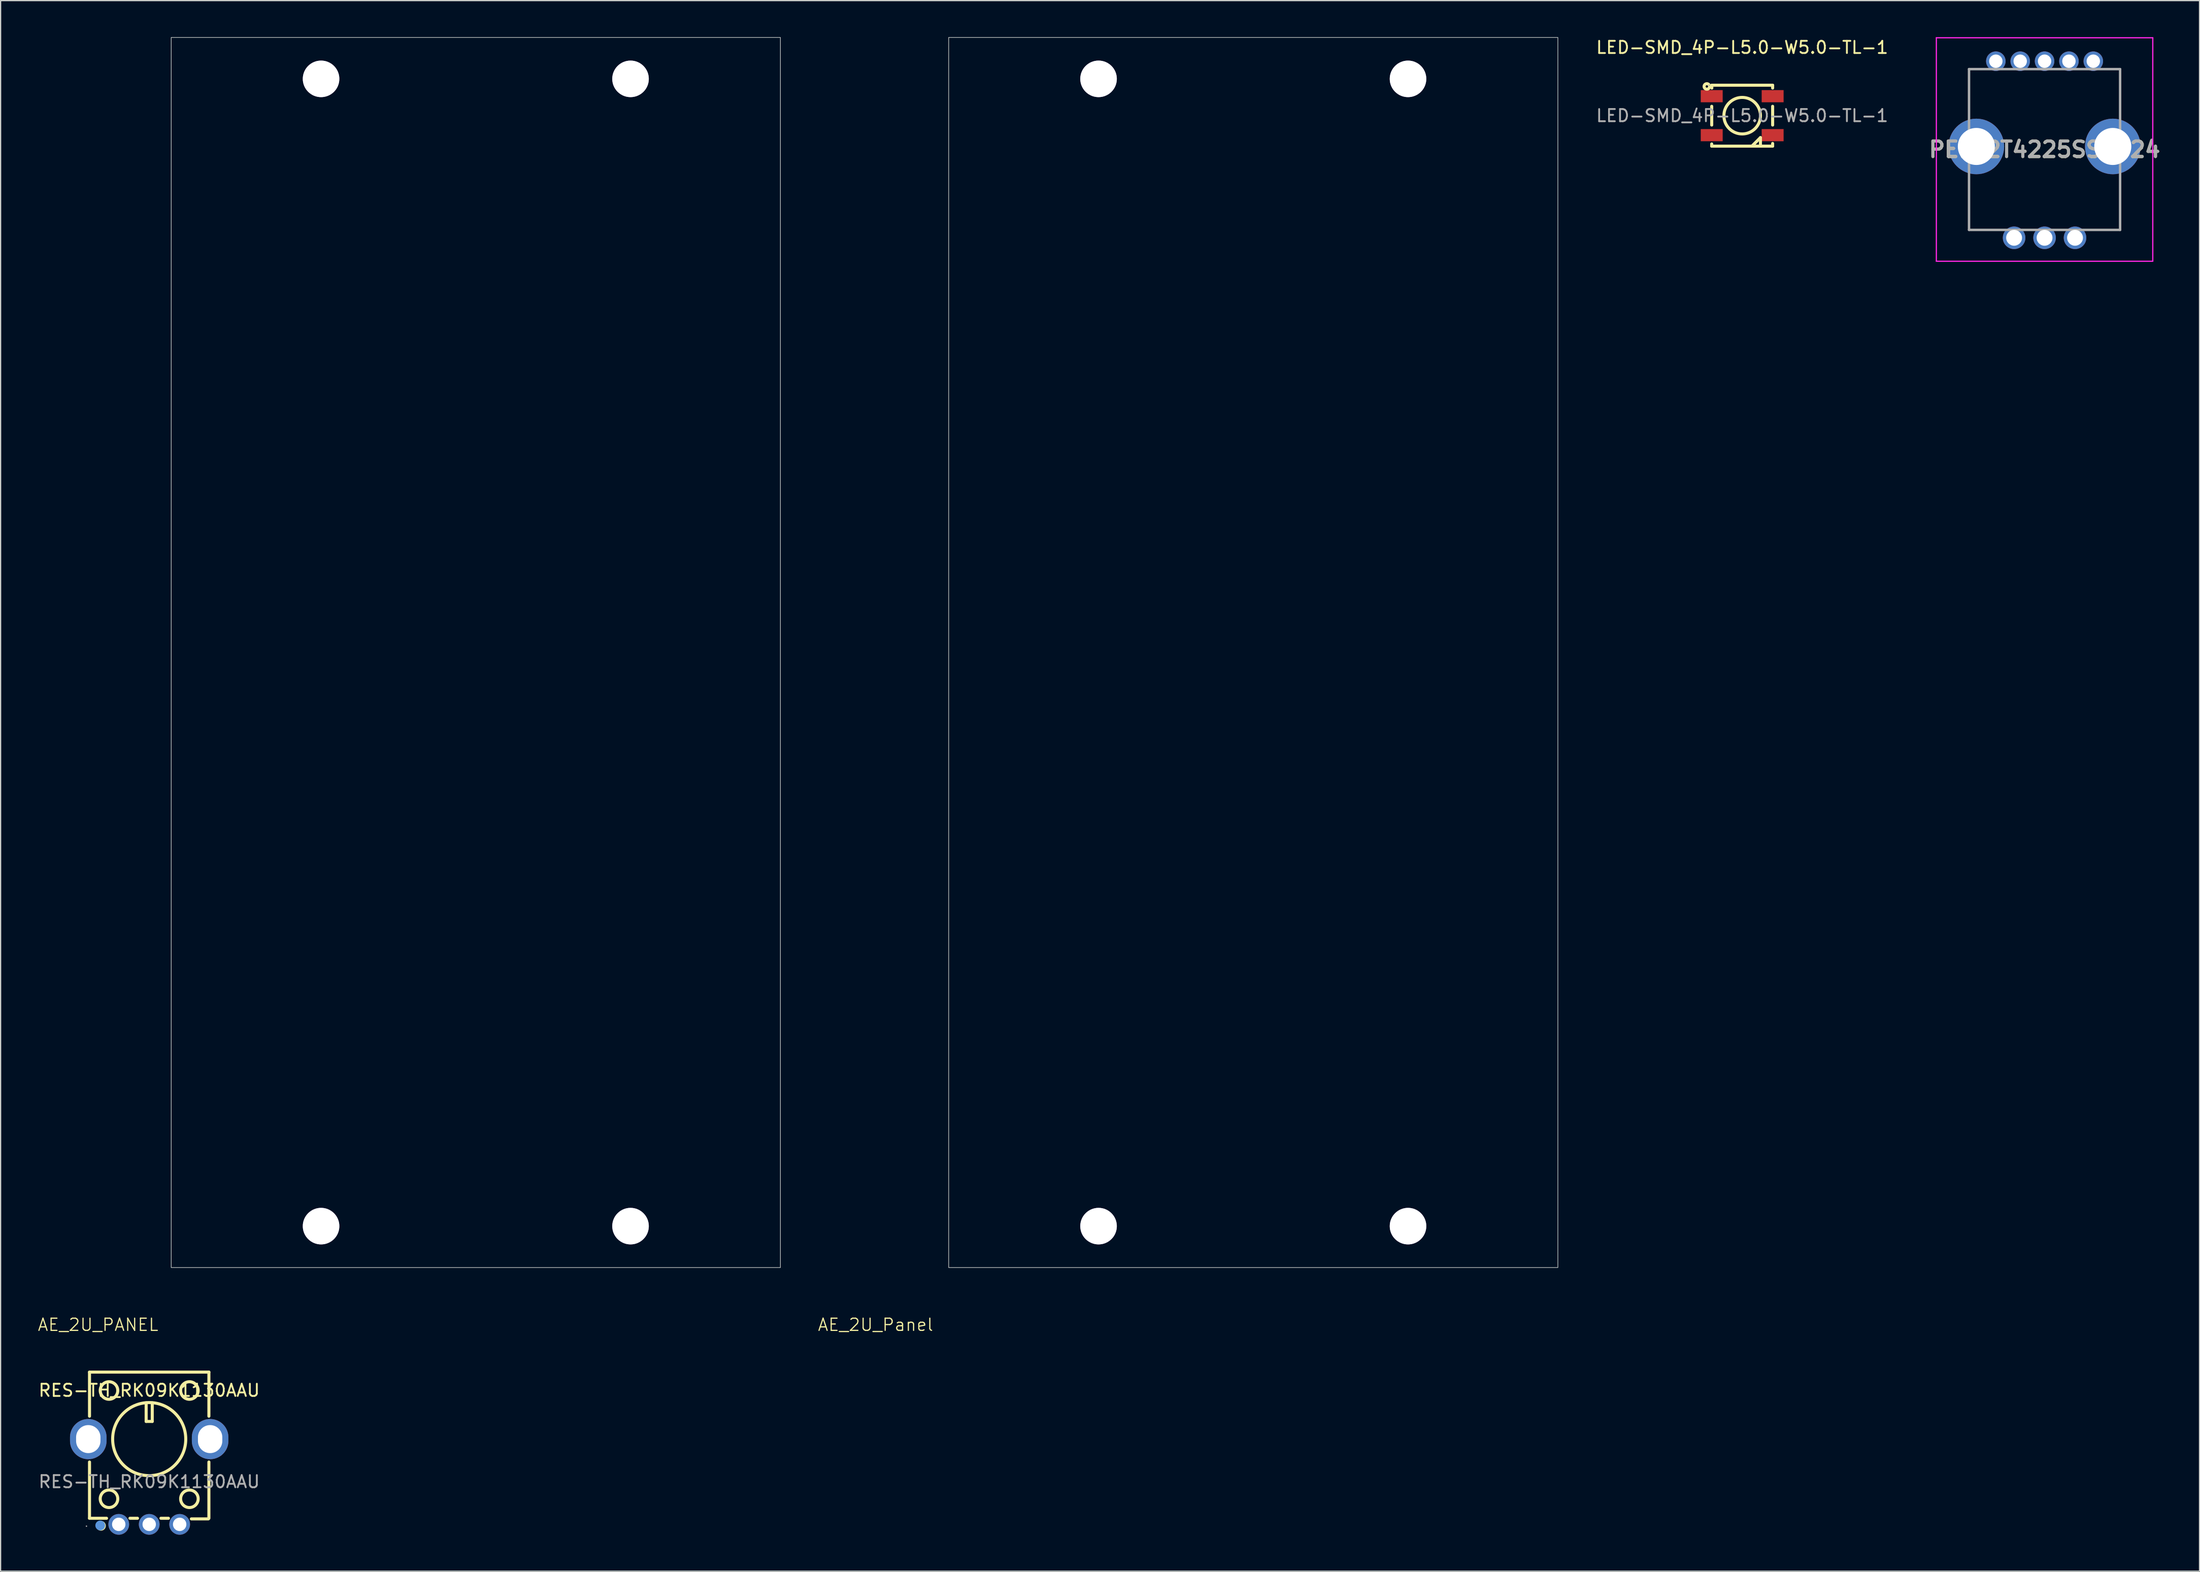
<source format=kicad_pcb>
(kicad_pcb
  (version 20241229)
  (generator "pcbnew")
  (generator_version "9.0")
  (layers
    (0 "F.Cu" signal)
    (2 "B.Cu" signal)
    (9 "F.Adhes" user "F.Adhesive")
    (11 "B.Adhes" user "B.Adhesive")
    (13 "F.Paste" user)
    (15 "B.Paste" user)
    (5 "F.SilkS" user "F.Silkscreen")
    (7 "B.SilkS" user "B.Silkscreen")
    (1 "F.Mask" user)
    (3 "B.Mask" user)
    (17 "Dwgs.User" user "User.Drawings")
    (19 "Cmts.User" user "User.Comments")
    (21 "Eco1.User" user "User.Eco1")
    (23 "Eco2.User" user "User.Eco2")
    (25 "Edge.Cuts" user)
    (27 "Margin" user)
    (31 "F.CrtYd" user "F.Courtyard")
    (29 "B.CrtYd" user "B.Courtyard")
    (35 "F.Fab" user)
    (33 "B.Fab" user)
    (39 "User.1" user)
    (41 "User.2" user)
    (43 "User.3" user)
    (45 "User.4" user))
  (footprint "LED-SMD_4P-L5.0-W5.0-TL-1"
    (layer "F.Cu")
    (at 139.942 6.448)
    (property "Reference" "LED-SMD_4P-L5.0-W5.0-TL-1" (at 0 -5.6 0) (layer "F.SilkS") (effects (font (size 1 1) (thickness 0.15))))
    (attr smd)
    (fp_line (start -2.5 -2.5) (end 2.5 -2.5) (stroke (width 0.25) (type solid)) (layer "F.SilkS"))
    (fp_line (start -2.5 0.77) (end -2.5 -0.77) (stroke (width 0.25) (type solid)) (layer "F.SilkS"))
    (fp_line (start -2.5 2.5) (end -2.5 2.32) (stroke (width 0.25) (type solid)) (layer "F.SilkS"))
    (fp_line (start -2.49 -2.27) (end -2.5 -2.5) (stroke (width 0.25) (type solid)) (layer "F.SilkS"))
    (fp_line (start 0.8 2.5) (end 1.5 1.8) (stroke (width 0.25) (type solid)) (layer "F.SilkS"))
    (fp_line (start 1.5 1.8) (end 1.5 2.5) (stroke (width 0.25) (type solid)) (layer "F.SilkS"))
    (fp_line (start 1.5 2.5) (end 0.8 2.5) (stroke (width 0.25) (type solid)) (layer "F.SilkS"))
    (fp_line (start 2.5 -2.5) (end 2.5 -2.27) (stroke (width 0.25) (type solid)) (layer "F.SilkS"))
    (fp_line (start 2.5 -0.77) (end 2.5 0.77) (stroke (width 0.25) (type solid)) (layer "F.SilkS"))
    (fp_line (start 2.5 2.28) (end 2.5 2.5) (stroke (width 0.25) (type solid)) (layer "F.SilkS"))
    (fp_line (start 2.5 2.5) (end -2.5 2.5) (stroke (width 0.25) (type solid)) (layer "F.SilkS"))
    (fp_circle (center -2.9 -2.4) (end -2.8 -2.4) (stroke (width 0.25) (type solid)) (fill no) (layer "F.SilkS"))
    (fp_circle (center 0 0) (end 1.5 0) (stroke (width 0.25) (type solid)) (fill no) (layer "F.SilkS"))
    (fp_circle (center -2.7 -2.5) (end -2.67 -2.5) (stroke (width 0.06) (type solid)) (fill no) (layer "F.Fab"))
    (fp_text user "${REFERENCE}" (at 0 0 0) (layer "F.Fab") (effects (font (size 1 1) (thickness 0.15))))
    (pad "1" smd rect (at -2.5 -1.6 180) (size 1.8 1) (layers "F.Cu" "F.Mask" "F.Paste"))
    (pad "2" smd rect (at -2.5 1.6 180) (size 1.8 1) (layers "F.Cu" "F.Mask" "F.Paste"))
    (pad "3" smd rect (at 2.5 1.6 180) (size 1.8 1) (layers "F.Cu" "F.Mask" "F.Paste"))
    (pad "4" smd rect (at 2.5 -1.6 180) (size 1.8 1) (layers "F.Cu" "F.Mask" "F.Paste")))
  (footprint "AE_2U_Panel"
    (layer "F.Cu")
    (at 68.815 106.225)
    (property "Reference" "AE_2U_Panel" (at 0 -0.5 0) (unlocked yes) (layer "F.SilkS") (effects (font (size 1 1) (thickness 0.1))))
    (attr exclude_from_pos_files exclude_from_bom)
    (fp_rect (start 6 -106.2) (end 56 -5.2) (stroke (width 0.05) (type default)) (fill no) (layer "Edge.Cuts"))
    (pad "1" thru_hole circle (at 18.3 -102.8) (size 3 3) (drill 3) (layers "*.Cu" "*.Mask"))
    (pad "2" thru_hole circle (at 43.7 -102.8) (size 3 3) (drill 3) (layers "*.Cu" "*.Mask"))
    (pad "3" thru_hole circle (at 18.3 -8.6) (size 3 3) (drill 3) (layers "*.Cu" "*.Mask"))
    (pad "4" thru_hole circle (at 43.7 -8.6) (size 3 3) (drill 3) (layers "*.Cu" "*.Mask")))
  (footprint "RES-TH_RK09K1130AAU"
    (layer "F.Cu")
    (at 9.196 118.611)
    (property "Reference" "RES-TH_RK09K1130AAU" (at 0 -7.5 0) (layer "F.SilkS") (effects (font (size 1 1) (thickness 0.15))))
    (attr through_hole)
    (fp_line (start -4.9 -9) (end -4.9 -5.38) (stroke (width 0.25) (type solid)) (layer "F.SilkS"))
    (fp_line (start -4.9 -9) (end 4.9 -9) (stroke (width 0.25) (type solid)) (layer "F.SilkS"))
    (fp_line (start -4.9 -1.62) (end -4.9 3) (stroke (width 0.25) (type solid)) (layer "F.SilkS"))
    (fp_line (start -4.9 3) (end -3.5 3) (stroke (width 0.25) (type solid)) (layer "F.SilkS"))
    (fp_line (start -1.58 3) (end -0.96 3) (stroke (width 0.25) (type solid)) (layer "F.SilkS"))
    (fp_line (start -0.25 -6.48) (end -0.25 -4.95) (stroke (width 0.25) (type solid)) (layer "F.SilkS"))
    (fp_line (start -0.25 -4.95) (end 0.25 -4.95) (stroke (width 0.25) (type solid)) (layer "F.SilkS"))
    (fp_line (start 0.25 -4.95) (end 0.25 -6.48) (stroke (width 0.25) (type solid)) (layer "F.SilkS"))
    (fp_line (start 0.96 3) (end 1.58 3) (stroke (width 0.25) (type solid)) (layer "F.SilkS"))
    (fp_line (start 4.86 3.05) (end 3.46 3.05) (stroke (width 0.25) (type solid)) (layer "F.SilkS"))
    (fp_line (start 4.9 -9) (end 4.9 -5.38) (stroke (width 0.25) (type solid)) (layer "F.SilkS"))
    (fp_line (start 4.9 -1.62) (end 4.9 3) (stroke (width 0.25) (type solid)) (layer "F.SilkS"))
    (fp_circle (center -3.96 3.62) (end -3.76 3.62) (stroke (width 0.4) (type solid)) (fill no) (layer "F.SilkS"))
    (fp_circle (center -3.3 -7.49) (end -2.58 -7.49) (stroke (width 0.25) (type solid)) (fill no) (layer "F.SilkS"))
    (fp_circle (center -3.3 1.4) (end -2.58 1.4) (stroke (width 0.25) (type solid)) (fill no) (layer "F.SilkS"))
    (fp_circle (center 0 -3.5) (end 3 -3.5) (stroke (width 0.25) (type solid)) (fill no) (layer "F.SilkS"))
    (fp_circle (center 3.3 -7.49) (end 4.02 -7.49) (stroke (width 0.25) (type solid)) (fill no) (layer "F.SilkS"))
    (fp_circle (center 3.3 1.4) (end 4.02 1.4) (stroke (width 0.25) (type solid)) (fill no) (layer "F.SilkS"))
    (fp_circle (center -4.02 3.59) (end -3.82 3.59) (stroke (width 0.4) (type solid)) (fill no) (layer "Cmts.User"))
    (fp_circle (center -5.15 3.65) (end -5.12 3.65) (stroke (width 0.06) (type solid)) (fill no) (layer "F.Fab"))
    (fp_text user "${REFERENCE}" (at 0 0 0) (layer "F.Fab") (effects (font (size 1 1) (thickness 0.15))))
    (pad "1" thru_hole circle (at -2.5 3.5) (size 1.7 1.7) (drill 1.1) (layers "*.Cu" "*.Mask"))
    (pad "2" thru_hole circle (at 0 3.5) (size 1.7 1.7) (drill 1.1) (layers "*.Cu" "*.Mask"))
    (pad "3" thru_hole circle (at 2.5 3.5) (size 1.7 1.7) (drill 1.1) (layers "*.Cu" "*.Mask"))
    (pad "4" thru_hole oval (at 5 -3.5) (size 3 3.3) (drill oval 2 2.3) (layers "*.Cu" "*.Mask"))
    (pad "5" thru_hole oval (at -5 -3.5) (size 3 3.3) (drill oval 2 2.3) (layers "*.Cu" "*.Mask")))
  (footprint "AE_2U_PANEL"
    (layer "F.Cu")
    (at 5.002 106.225)
    (property "Reference" "AE_2U_PANEL" (at 0 -0.5 0) (unlocked yes) (layer "F.SilkS") (effects (font (size 1 1) (thickness 0.1))))
    (attr exclude_from_pos_files exclude_from_bom)
    (fp_rect (start 6 -106.2) (end 56 -5.2) (stroke (width 0.05) (type default)) (fill no) (layer "Edge.Cuts"))
    (pad "1" thru_hole circle (at 18.3 -102.8) (size 3 3) (drill 3) (layers "*.Cu" "*.Mask"))
    (pad "2" thru_hole circle (at 43.7 -102.8) (size 3 3) (drill 3) (layers "*.Cu" "*.Mask"))
    (pad "3" thru_hole circle (at 18.3 -8.6) (size 3 3) (drill 3) (layers "*.Cu" "*.Mask"))
    (pad "4" thru_hole circle (at 43.7 -8.6) (size 3 3) (drill 3) (layers "*.Cu" "*.Mask")))
  (footprint "PEL12T4225SS1024"
    (layer "F.Cu")
    (at 164.761 9.225)
    (property "Reference" "PEL12T4225SS1024" (at 0 0 0) (layer "F.SilkS") (effects (font (size 1.27 1.27) (thickness 0.254))))
    (attr through_hole)
    (fp_line (start -6.2 -6.6) (end -6.2 -3) (stroke (width 0.1) (type solid)) (layer "F.SilkS"))
    (fp_line (start -6.2 6.6) (end -6.2 2.5) (stroke (width 0.1) (type solid)) (layer "F.SilkS"))
    (fp_line (start -5.5 -6.6) (end -6.2 -6.6) (stroke (width 0.1) (type solid)) (layer "F.SilkS"))
    (fp_line (start -4 6.6) (end -6.2 6.6) (stroke (width 0.1) (type solid)) (layer "F.SilkS"))
    (fp_line (start 4 6.6) (end 6.2 6.6) (stroke (width 0.1) (type solid)) (layer "F.SilkS"))
    (fp_line (start 6.2 -6.6) (end 5.6 -6.6) (stroke (width 0.1) (type solid)) (layer "F.SilkS"))
    (fp_line (start 6.2 -3) (end 6.2 -6.6) (stroke (width 0.1) (type solid)) (layer "F.SilkS"))
    (fp_line (start 6.2 3) (end 6.2 2.5) (stroke (width 0.1) (type solid)) (layer "F.SilkS"))
    (fp_line (start 6.2 6.6) (end 6.2 3) (stroke (width 0.1) (type solid)) (layer "F.SilkS"))
    (fp_line (start -8.881 -9.175) (end 8.881 -9.175) (stroke (width 0.1) (type solid)) (layer "F.CrtYd"))
    (fp_line (start -8.881 9.175) (end -8.881 -9.175) (stroke (width 0.1) (type solid)) (layer "F.CrtYd"))
    (fp_line (start 8.881 -9.175) (end 8.881 9.175) (stroke (width 0.1) (type solid)) (layer "F.CrtYd"))
    (fp_line (start 8.881 9.175) (end -8.881 9.175) (stroke (width 0.1) (type solid)) (layer "F.CrtYd"))
    (fp_line (start -6.2 -6.6) (end 6.2 -6.6) (stroke (width 0.2) (type solid)) (layer "F.Fab"))
    (fp_line (start -6.2 6.6) (end -6.2 -6.6) (stroke (width 0.2) (type solid)) (layer "F.Fab"))
    (fp_line (start 6.2 -6.6) (end 6.2 6.6) (stroke (width 0.2) (type solid)) (layer "F.Fab"))
    (fp_line (start 6.2 6.6) (end -6.2 6.6) (stroke (width 0.2) (type solid)) (layer "F.Fab"))
    (fp_text user "${REFERENCE}" (at 0 0 0) (layer "F.Fab") (effects (font (size 1.27 1.27) (thickness 0.254))))
    (pad "1" thru_hole circle (at -4 -7.25) (size 1.6 1.6) (drill 1.1) (layers "*.Cu" "*.Mask"))
    (pad "2" thru_hole circle (at -2 -7.25) (size 1.6 1.6) (drill 1.1) (layers "*.Cu" "*.Mask"))
    (pad "3" thru_hole circle (at 0 -7.25) (size 1.6 1.6) (drill 1.1) (layers "*.Cu" "*.Mask"))
    (pad "4" thru_hole circle (at 2 -7.25) (size 1.6 1.6) (drill 1.1) (layers "*.Cu" "*.Mask"))
    (pad "5" thru_hole circle (at 4 -7.25) (size 1.6 1.6) (drill 1.1) (layers "*.Cu" "*.Mask"))
    (pad "A1" thru_hole circle (at -2.5 7.25) (size 1.85 1.85) (drill 1.3) (layers "*.Cu" "*.Mask"))
    (pad "B1" thru_hole circle (at 2.5 7.25) (size 1.85 1.85) (drill 1.3) (layers "*.Cu" "*.Mask"))
    (pad "C1" thru_hole circle (at 0 7.25) (size 1.85 1.85) (drill 1.3) (layers "*.Cu" "*.Mask"))
    (pad "MH1" thru_hole circle (at -5.6 -0.25) (size 4.562 4.562) (drill 3.041) (layers "*.Cu" "*.Mask"))
    (pad "MH2" thru_hole circle (at 5.6 -0.25) (size 4.562 4.562) (drill 3.041) (layers "*.Cu" "*.Mask")))
  (gr_rect
    (start -3 -3)
    (end 177.48 125.96)
    (stroke (width 0.1) (type default))
    (fill no)
    (layer "Edge.Cuts")))
</source>
